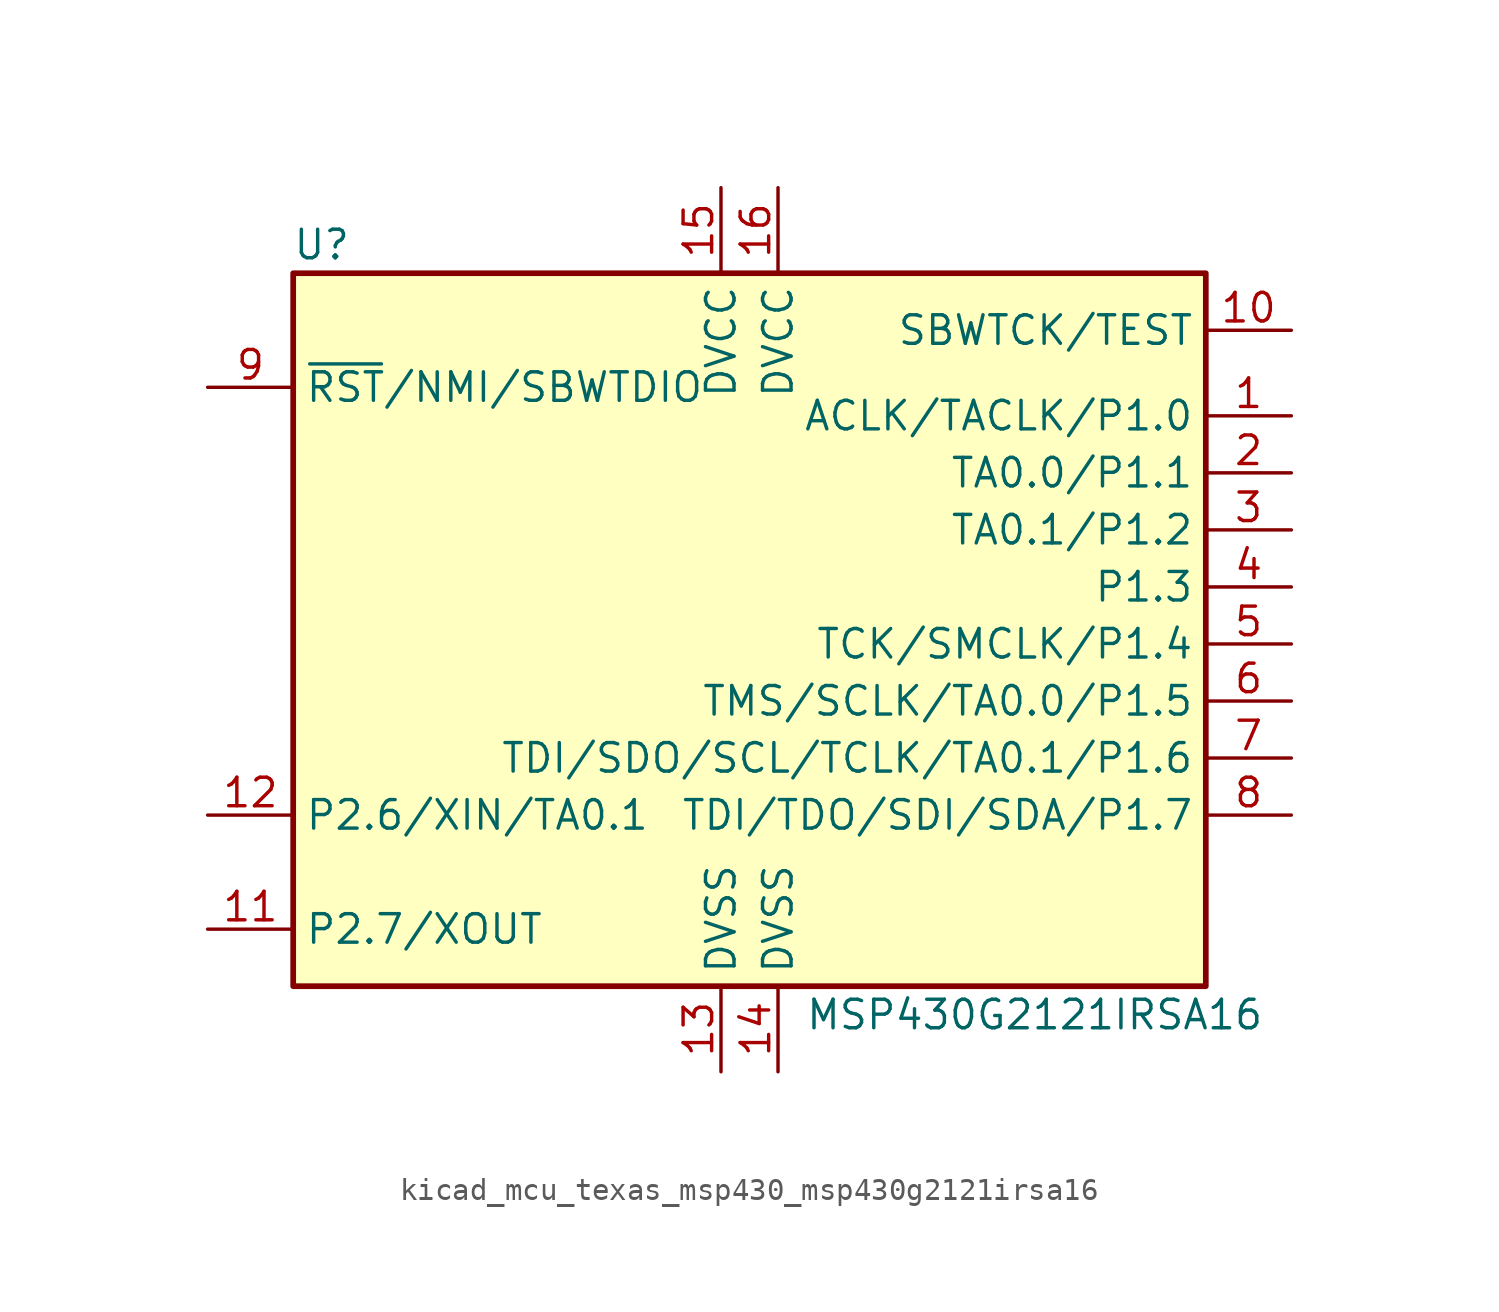
<source format=kicad_sym>
(kicad_symbol_lib
  (version 20220914)
  (generator kicad_symbol_editor)
  (symbol "kicad_mcu_texas_msp430_msp430g2121irsa16"
    (property "Reference" "U"
      (at -19.05 17.78 0)
      (effects (font (size 1.27 1.27))))
    (property "Value" "MSP430G2121IRSA16"
      (at 12.7 -16.51 0)
      (effects (font (size 1.27 1.27))))
    (symbol "kicad_mcu_texas_msp430_msp430g2121irsa16_0_1"
      (rectangle (start -20.32 16.51) (end 20.32 -15.24) (stroke (width 0.254) (type default)) (fill (type background))))
    (symbol "kicad_mcu_texas_msp430_msp430g2121irsa16_1_1"
      (pin bidirectional line (at 24.13 10.16 180) (length 3.81) (name "ACLK/TACLK/P1.0" (effects (font (size 1.27 1.27)))) (number "1" (effects (font (size 1.27 1.27)))))
      (pin input line (at 24.13 13.97 180) (length 3.81) (name "SBWTCK/TEST" (effects (font (size 1.27 1.27)))) (number "10" (effects (font (size 1.27 1.27)))))
      (pin bidirectional line (at -24.13 -12.7 0) (length 3.81) (name "P2.7/XOUT" (effects (font (size 1.27 1.27)))) (number "11" (effects (font (size 1.27 1.27)))))
      (pin bidirectional line (at -24.13 -7.62 0) (length 3.81) (name "P2.6/XIN/TA0.1" (effects (font (size 1.27 1.27)))) (number "12" (effects (font (size 1.27 1.27)))))
      (pin power_in line (at -1.27 -19.05 90) (length 3.81) (name "DVSS" (effects (font (size 1.27 1.27)))) (number "13" (effects (font (size 1.27 1.27)))))
      (pin power_in line (at 1.27 -19.05 90) (length 3.81) (name "DVSS" (effects (font (size 1.27 1.27)))) (number "14" (effects (font (size 1.27 1.27)))))
      (pin power_in line (at -1.27 20.32 270) (length 3.81) (name "DVCC" (effects (font (size 1.27 1.27)))) (number "15" (effects (font (size 1.27 1.27)))))
      (pin power_in line (at 1.27 20.32 270) (length 3.81) (name "DVCC" (effects (font (size 1.27 1.27)))) (number "16" (effects (font (size 1.27 1.27)))))
      (pin bidirectional line (at 24.13 7.62 180) (length 3.81) (name "TA0.0/P1.1" (effects (font (size 1.27 1.27)))) (number "2" (effects (font (size 1.27 1.27)))))
      (pin bidirectional line (at 24.13 5.08 180) (length 3.81) (name "TA0.1/P1.2" (effects (font (size 1.27 1.27)))) (number "3" (effects (font (size 1.27 1.27)))))
      (pin bidirectional line (at 24.13 2.54 180) (length 3.81) (name "P1.3" (effects (font (size 1.27 1.27)))) (number "4" (effects (font (size 1.27 1.27)))))
      (pin bidirectional line (at 24.13 0 180) (length 3.81) (name "TCK/SMCLK/P1.4" (effects (font (size 1.27 1.27)))) (number "5" (effects (font (size 1.27 1.27)))))
      (pin bidirectional line (at 24.13 -2.54 180) (length 3.81) (name "TMS/SCLK/TA0.0/P1.5" (effects (font (size 1.27 1.27)))) (number "6" (effects (font (size 1.27 1.27)))))
      (pin bidirectional line (at 24.13 -5.08 180) (length 3.81) (name "TDI/SDO/SCL/TCLK/TA0.1/P1.6" (effects (font (size 1.27 1.27)))) (number "7" (effects (font (size 1.27 1.27)))))
      (pin bidirectional line (at 24.13 -7.62 180) (length 3.81) (name "TDI/TDO/SDI/SDA/P1.7" (effects (font (size 1.27 1.27)))) (number "8" (effects (font (size 1.27 1.27)))))
      (pin input line (at -24.13 11.43 0) (length 3.81) (name "~{RST}/NMI/SBWTDIO" (effects (font (size 1.27 1.27)))) (number "9" (effects (font (size 1.27 1.27))))))))
</source>
